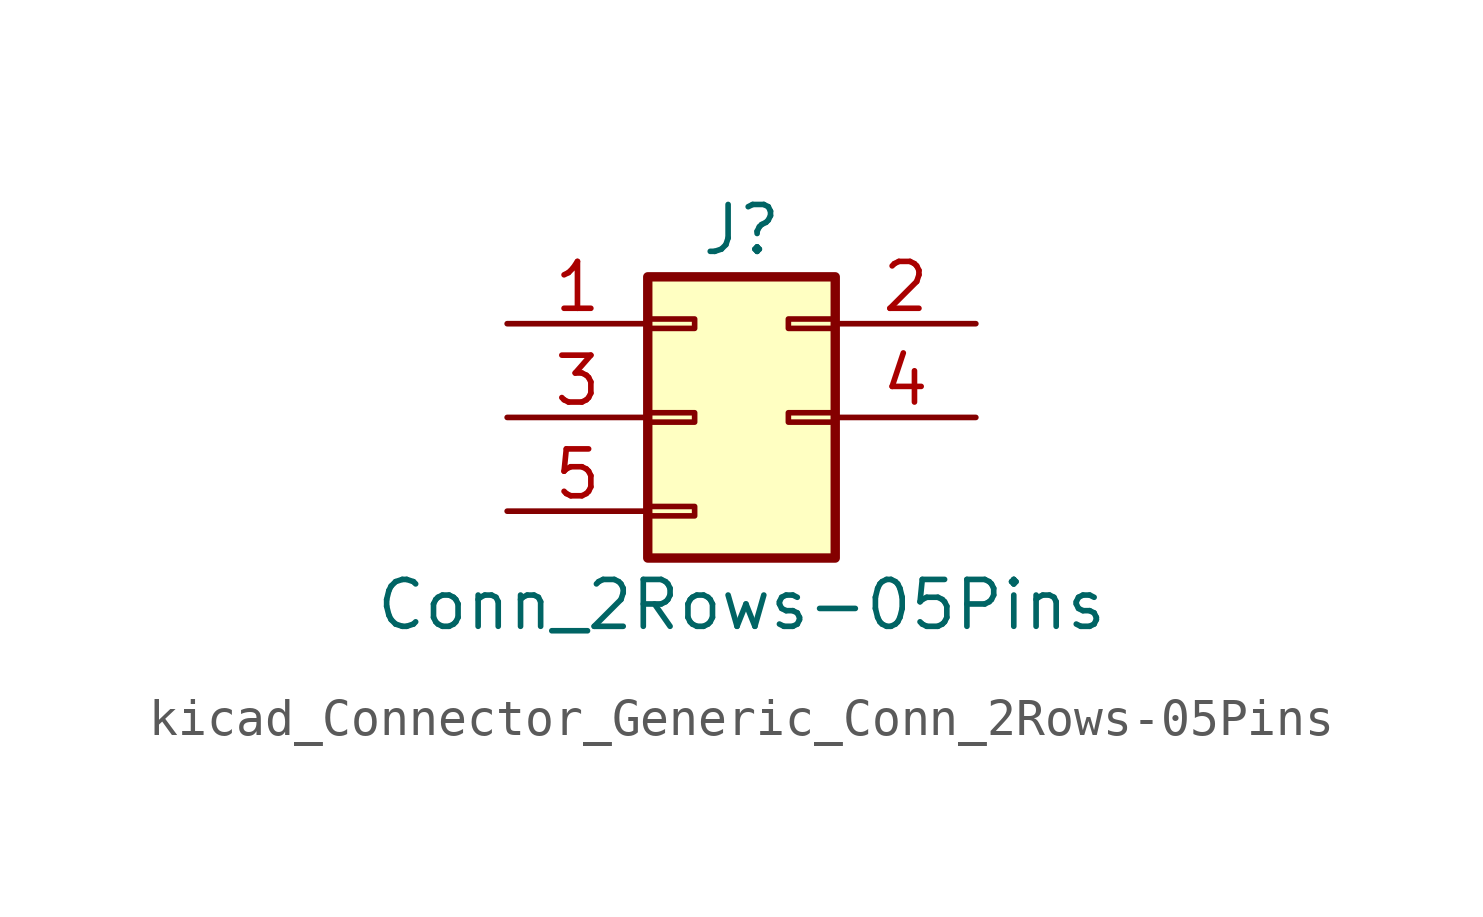
<source format=kicad_sym>
(kicad_symbol_lib
  (version 20220914)
  (generator kicad_symbol_editor)
  (symbol "kicad_Connector_Generic_Conn_2Rows-05Pins"
    (pin_names
      (offset 1.016) hide)
    (property "Reference" "J"
      (at 1.27 5.08 0)
      (effects (font (size 1.27 1.27))))
    (property "Value" "Conn_2Rows-05Pins"
      (at 1.27 -5.08 0)
      (effects (font (size 1.27 1.27))))
    (symbol "kicad_Connector_Generic_Conn_2Rows-05Pins_1_1"
      (rectangle (start -1.27 -2.413) (end 0 -2.667) (stroke (width 0.152) (type default)) (fill (type none)))
      (rectangle (start -1.27 0.127) (end 0 -0.127) (stroke (width 0.152) (type default)) (fill (type none)))
      (rectangle (start -1.27 2.667) (end 0 2.413) (stroke (width 0.152) (type default)) (fill (type none)))
      (rectangle (start -1.27 3.81) (end 3.81 -3.81) (stroke (width 0.254) (type default)) (fill (type background)))
      (rectangle (start 3.81 0.127) (end 2.54 -0.127) (stroke (width 0.152) (type default)) (fill (type none)))
      (rectangle (start 3.81 2.667) (end 2.54 2.413) (stroke (width 0.152) (type default)) (fill (type none)))
      (pin passive line (at -5.08 2.54 0) (length 3.81) (name "Pin_1" (effects (font (size 1.27 1.27)))) (number "1" (effects (font (size 1.27 1.27)))))
      (pin passive line (at 7.62 2.54 180) (length 3.81) (name "Pin_2" (effects (font (size 1.27 1.27)))) (number "2" (effects (font (size 1.27 1.27)))))
      (pin passive line (at -5.08 0 0) (length 3.81) (name "Pin_3" (effects (font (size 1.27 1.27)))) (number "3" (effects (font (size 1.27 1.27)))))
      (pin passive line (at 7.62 0 180) (length 3.81) (name "Pin_4" (effects (font (size 1.27 1.27)))) (number "4" (effects (font (size 1.27 1.27)))))
      (pin passive line (at -5.08 -2.54 0) (length 3.81) (name "Pin_5" (effects (font (size 1.27 1.27)))) (number "5" (effects (font (size 1.27 1.27))))))))
</source>
